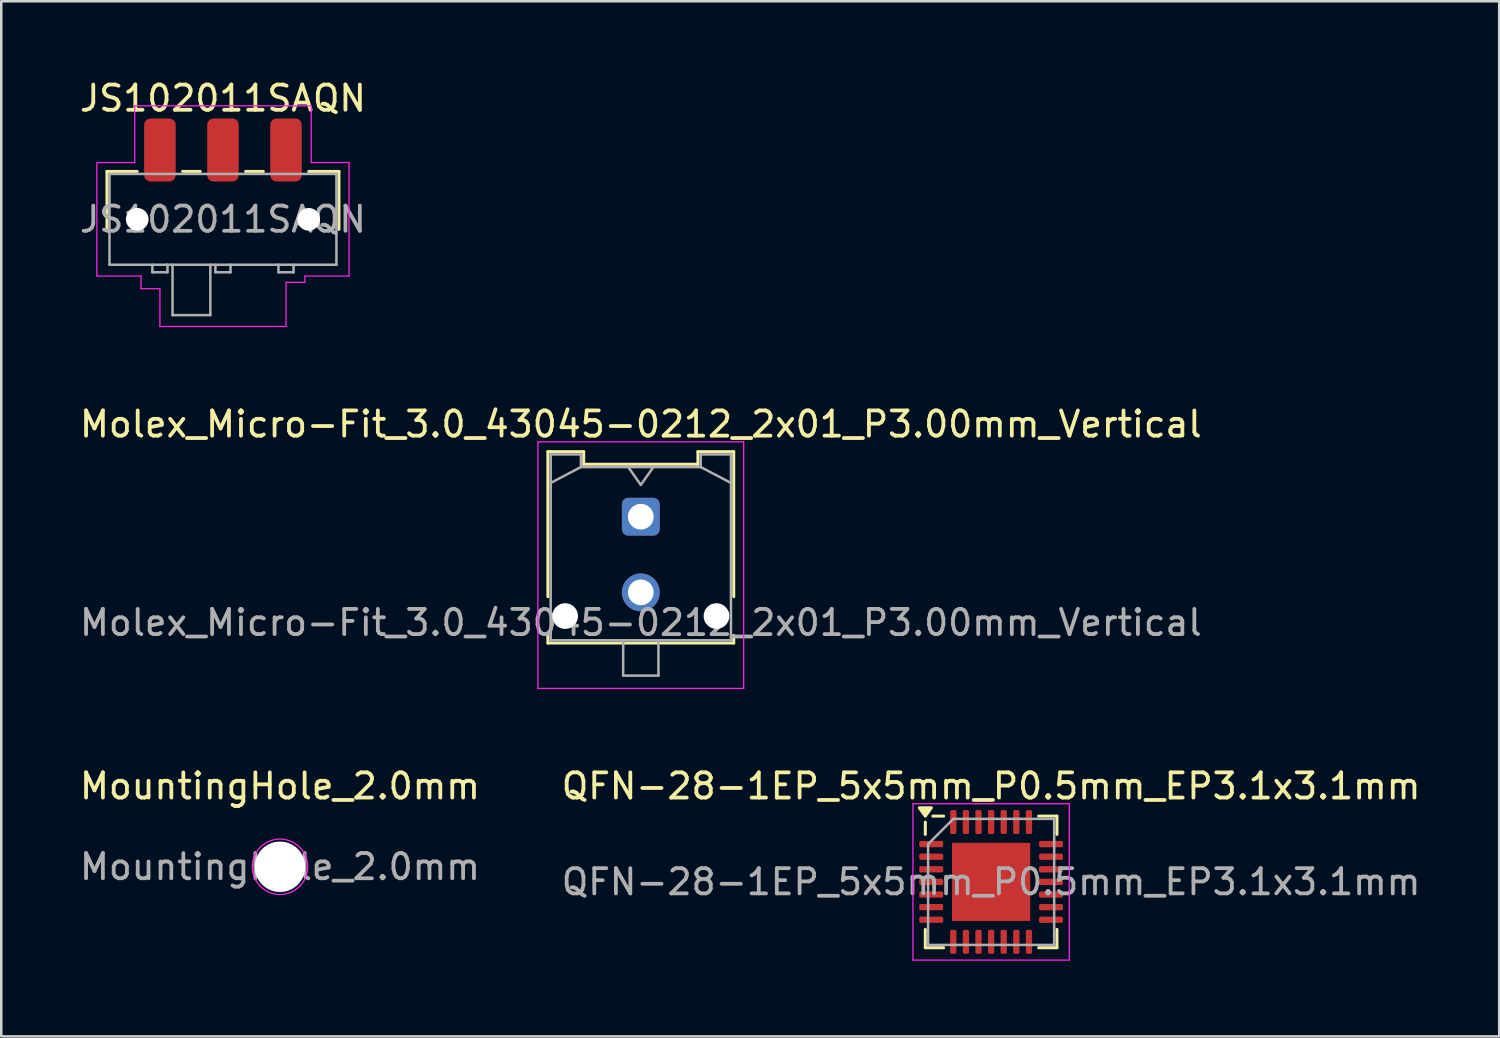
<source format=kicad_pcb>
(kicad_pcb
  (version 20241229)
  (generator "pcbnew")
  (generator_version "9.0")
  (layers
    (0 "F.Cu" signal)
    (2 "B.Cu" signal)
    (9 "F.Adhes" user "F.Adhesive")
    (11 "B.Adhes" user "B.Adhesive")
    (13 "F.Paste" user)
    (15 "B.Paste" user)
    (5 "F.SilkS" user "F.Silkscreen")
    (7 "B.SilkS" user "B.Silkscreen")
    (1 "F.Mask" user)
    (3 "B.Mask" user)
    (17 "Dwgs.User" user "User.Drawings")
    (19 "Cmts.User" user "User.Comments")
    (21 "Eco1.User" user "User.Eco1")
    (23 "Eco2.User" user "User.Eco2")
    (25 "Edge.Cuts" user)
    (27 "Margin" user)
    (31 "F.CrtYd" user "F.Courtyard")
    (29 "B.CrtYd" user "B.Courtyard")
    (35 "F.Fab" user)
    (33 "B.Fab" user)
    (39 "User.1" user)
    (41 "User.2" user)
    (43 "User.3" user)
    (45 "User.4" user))
  (footprint "QFN-28-1EP_5x5mm_P0.5mm_EP3.1x3.1mm"
    (layer "F.Cu")
    (at 36.256 31.925)
    (property "Reference" "QFN-28-1EP_5x5mm_P0.5mm_EP3.1x3.1mm" (at 0 -3.8 0) (layer "F.SilkS") (effects (font (size 1 1) (thickness 0.15))))
    (attr smd)
    (fp_line (start -2.61 -1.885) (end -2.61 -2.37) (stroke (width 0.12) (type solid)) (layer "F.SilkS"))
    (fp_line (start -2.61 2.61) (end -2.61 1.885) (stroke (width 0.12) (type solid)) (layer "F.SilkS"))
    (fp_line (start -1.885 -2.61) (end -2.31 -2.61) (stroke (width 0.12) (type solid)) (layer "F.SilkS"))
    (fp_line (start -1.885 2.61) (end -2.61 2.61) (stroke (width 0.12) (type solid)) (layer "F.SilkS"))
    (fp_line (start 1.885 -2.61) (end 2.61 -2.61) (stroke (width 0.12) (type solid)) (layer "F.SilkS"))
    (fp_line (start 1.885 2.61) (end 2.61 2.61) (stroke (width 0.12) (type solid)) (layer "F.SilkS"))
    (fp_line (start 2.61 -2.61) (end 2.61 -1.885) (stroke (width 0.12) (type solid)) (layer "F.SilkS"))
    (fp_line (start 2.61 2.61) (end 2.61 1.885) (stroke (width 0.12) (type solid)) (layer "F.SilkS"))
    (fp_poly (pts (xy -2.61 -2.61) (xy -2.85 -2.94) (xy -2.37 -2.94) (xy -2.61 -2.61)) (stroke (width 0.12) (type solid)) (fill yes) (layer "F.SilkS"))
    (fp_line (start -3.1 -3.1) (end -3.1 3.1) (stroke (width 0.05) (type solid)) (layer "F.CrtYd"))
    (fp_line (start -3.1 3.1) (end 3.1 3.1) (stroke (width 0.05) (type solid)) (layer "F.CrtYd"))
    (fp_line (start 3.1 -3.1) (end -3.1 -3.1) (stroke (width 0.05) (type solid)) (layer "F.CrtYd"))
    (fp_line (start 3.1 3.1) (end 3.1 -3.1) (stroke (width 0.05) (type solid)) (layer "F.CrtYd"))
    (fp_line (start -2.5 -1.5) (end -1.5 -2.5) (stroke (width 0.1) (type solid)) (layer "F.Fab"))
    (fp_line (start -2.5 2.5) (end -2.5 -1.5) (stroke (width 0.1) (type solid)) (layer "F.Fab"))
    (fp_line (start -1.5 -2.5) (end 2.5 -2.5) (stroke (width 0.1) (type solid)) (layer "F.Fab"))
    (fp_line (start 2.5 -2.5) (end 2.5 2.5) (stroke (width 0.1) (type solid)) (layer "F.Fab"))
    (fp_line (start 2.5 2.5) (end -2.5 2.5) (stroke (width 0.1) (type solid)) (layer "F.Fab"))
    (fp_text user "${REFERENCE}" (at 0 0 0) (layer "F.Fab") (effects (font (size 1 1) (thickness 0.15))))
    (pad "" smd roundrect (at -1.03 -1.03) (size 0.83 0.83) (layers "F.Paste") (roundrect_rratio 0.25))
    (pad "" smd roundrect (at -1.03 0) (size 0.83 0.83) (layers "F.Paste") (roundrect_rratio 0.25))
    (pad "" smd roundrect (at -1.03 1.03) (size 0.83 0.83) (layers "F.Paste") (roundrect_rratio 0.25))
    (pad "" smd roundrect (at 0 -1.03) (size 0.83 0.83) (layers "F.Paste") (roundrect_rratio 0.25))
    (pad "" smd roundrect (at 0 0) (size 0.83 0.83) (layers "F.Paste") (roundrect_rratio 0.25))
    (pad "" smd roundrect (at 0 1.03) (size 0.83 0.83) (layers "F.Paste") (roundrect_rratio 0.25))
    (pad "" smd roundrect (at 1.03 -1.03) (size 0.83 0.83) (layers "F.Paste") (roundrect_rratio 0.25))
    (pad "" smd roundrect (at 1.03 0) (size 0.83 0.83) (layers "F.Paste") (roundrect_rratio 0.25))
    (pad "" smd roundrect (at 1.03 1.03) (size 0.83 0.83) (layers "F.Paste") (roundrect_rratio 0.25))
    (pad "1" smd roundrect (at -2.375 -1.5) (size 0.95 0.25) (layers "F.Cu" "F.Mask" "F.Paste") (roundrect_rratio 0.25))
    (pad "2" smd roundrect (at -2.375 -1) (size 0.95 0.25) (layers "F.Cu" "F.Mask" "F.Paste") (roundrect_rratio 0.25))
    (pad "3" smd roundrect (at -2.375 -0.5) (size 0.95 0.25) (layers "F.Cu" "F.Mask" "F.Paste") (roundrect_rratio 0.25))
    (pad "4" smd roundrect (at -2.375 0) (size 0.95 0.25) (layers "F.Cu" "F.Mask" "F.Paste") (roundrect_rratio 0.25))
    (pad "5" smd roundrect (at -2.375 0.5) (size 0.95 0.25) (layers "F.Cu" "F.Mask" "F.Paste") (roundrect_rratio 0.25))
    (pad "6" smd roundrect (at -2.375 1) (size 0.95 0.25) (layers "F.Cu" "F.Mask" "F.Paste") (roundrect_rratio 0.25))
    (pad "7" smd roundrect (at -2.375 1.5) (size 0.95 0.25) (layers "F.Cu" "F.Mask" "F.Paste") (roundrect_rratio 0.25))
    (pad "8" smd roundrect (at -1.5 2.375) (size 0.25 0.95) (layers "F.Cu" "F.Mask" "F.Paste") (roundrect_rratio 0.25))
    (pad "9" smd roundrect (at -1 2.375) (size 0.25 0.95) (layers "F.Cu" "F.Mask" "F.Paste") (roundrect_rratio 0.25))
    (pad "10" smd roundrect (at -0.5 2.375) (size 0.25 0.95) (layers "F.Cu" "F.Mask" "F.Paste") (roundrect_rratio 0.25))
    (pad "11" smd roundrect (at 0 2.375) (size 0.25 0.95) (layers "F.Cu" "F.Mask" "F.Paste") (roundrect_rratio 0.25))
    (pad "12" smd roundrect (at 0.5 2.375) (size 0.25 0.95) (layers "F.Cu" "F.Mask" "F.Paste") (roundrect_rratio 0.25))
    (pad "13" smd roundrect (at 1 2.375) (size 0.25 0.95) (layers "F.Cu" "F.Mask" "F.Paste") (roundrect_rratio 0.25))
    (pad "14" smd roundrect (at 1.5 2.375) (size 0.25 0.95) (layers "F.Cu" "F.Mask" "F.Paste") (roundrect_rratio 0.25))
    (pad "15" smd roundrect (at 2.375 1.5) (size 0.95 0.25) (layers "F.Cu" "F.Mask" "F.Paste") (roundrect_rratio 0.25))
    (pad "16" smd roundrect (at 2.375 1) (size 0.95 0.25) (layers "F.Cu" "F.Mask" "F.Paste") (roundrect_rratio 0.25))
    (pad "17" smd roundrect (at 2.375 0.5) (size 0.95 0.25) (layers "F.Cu" "F.Mask" "F.Paste") (roundrect_rratio 0.25))
    (pad "18" smd roundrect (at 2.375 0) (size 0.95 0.25) (layers "F.Cu" "F.Mask" "F.Paste") (roundrect_rratio 0.25))
    (pad "19" smd roundrect (at 2.375 -0.5) (size 0.95 0.25) (layers "F.Cu" "F.Mask" "F.Paste") (roundrect_rratio 0.25))
    (pad "20" smd roundrect (at 2.375 -1) (size 0.95 0.25) (layers "F.Cu" "F.Mask" "F.Paste") (roundrect_rratio 0.25))
    (pad "21" smd roundrect (at 2.375 -1.5) (size 0.95 0.25) (layers "F.Cu" "F.Mask" "F.Paste") (roundrect_rratio 0.25))
    (pad "22" smd roundrect (at 1.5 -2.375) (size 0.25 0.95) (layers "F.Cu" "F.Mask" "F.Paste") (roundrect_rratio 0.25))
    (pad "23" smd roundrect (at 1 -2.375) (size 0.25 0.95) (layers "F.Cu" "F.Mask" "F.Paste") (roundrect_rratio 0.25))
    (pad "24" smd roundrect (at 0.5 -2.375) (size 0.25 0.95) (layers "F.Cu" "F.Mask" "F.Paste") (roundrect_rratio 0.25))
    (pad "25" smd roundrect (at 0 -2.375) (size 0.25 0.95) (layers "F.Cu" "F.Mask" "F.Paste") (roundrect_rratio 0.25))
    (pad "26" smd roundrect (at -0.5 -2.375) (size 0.25 0.95) (layers "F.Cu" "F.Mask" "F.Paste") (roundrect_rratio 0.25))
    (pad "27" smd roundrect (at -1 -2.375) (size 0.25 0.95) (layers "F.Cu" "F.Mask" "F.Paste") (roundrect_rratio 0.25))
    (pad "28" smd roundrect (at -1.5 -2.375) (size 0.25 0.95) (layers "F.Cu" "F.Mask" "F.Paste") (roundrect_rratio 0.25))
    (pad "29" smd rect (at 0 0) (size 3.1 3.1) (property pad_prop_heatsink) (layers "F.Cu" "F.Mask")))
  (footprint "MountingHole_2.0mm"
    (layer "F.Cu")
    (at 8.054 31.325)
    (property "Reference" "MountingHole_2.0mm" (at 0 -3.2 0) (layer "F.SilkS") (effects (font (size 1 1) (thickness 0.15))))
    (attr exclude_from_pos_files exclude_from_bom)
    (fp_circle (center 0 0) (end 1.1 0) (stroke (width 0.05) (type solid)) (fill no) (layer "F.CrtYd"))
    (fp_text user "${REFERENCE}" (at 0 0 0) (layer "F.Fab") (effects (font (size 1 1) (thickness 0.15))))
    (pad "" np_thru_hole circle (at 0 0) (size 2 2) (drill 2) (layers "*.Cu" "*.Mask")))
  (footprint "JS102011SAQN"
    (layer "F.Cu")
    (at 5.792 5.648)
    (property "Reference" "JS102011SAQN" (at 0 -4.8 0) (layer "F.SilkS") (effects (font (size 1 1) (thickness 0.15))))
    (attr smd)
    (fp_line (start -4.6 -1.9) (end -3.4 -1.9) (stroke (width 0.12) (type solid)) (layer "F.SilkS"))
    (fp_line (start -4.6 0.4) (end -4.6 -1.9) (stroke (width 0.12) (type solid)) (layer "F.SilkS"))
    (fp_line (start -0.9 -1.9) (end -1.6 -1.9) (stroke (width 0.12) (type solid)) (layer "F.SilkS"))
    (fp_line (start 1.6 -1.9) (end 0.9 -1.9) (stroke (width 0.12) (type solid)) (layer "F.SilkS"))
    (fp_line (start 3.4 -1.9) (end 4.6 -1.9) (stroke (width 0.12) (type solid)) (layer "F.SilkS"))
    (fp_line (start 4.6 -1.9) (end 4.6 0.4) (stroke (width 0.12) (type solid)) (layer "F.SilkS"))
    (fp_line (start -5 -2.25) (end -5 2.25) (stroke (width 0.05) (type solid)) (layer "F.CrtYd"))
    (fp_line (start -5 2.25) (end -3.25 2.25) (stroke (width 0.05) (type solid)) (layer "F.CrtYd"))
    (fp_line (start -3.5 -4.5) (end -3.5 -2.25) (stroke (width 0.05) (type solid)) (layer "F.CrtYd"))
    (fp_line (start -3.5 -2.25) (end -5 -2.25) (stroke (width 0.05) (type solid)) (layer "F.CrtYd"))
    (fp_line (start -3.25 2.25) (end -3.25 2.75) (stroke (width 0.05) (type solid)) (layer "F.CrtYd"))
    (fp_line (start -3.25 2.75) (end -2.5 2.75) (stroke (width 0.05) (type solid)) (layer "F.CrtYd"))
    (fp_line (start -2.5 2.75) (end -2.5 4.25) (stroke (width 0.05) (type solid)) (layer "F.CrtYd"))
    (fp_line (start -2.5 4.25) (end 2.5 4.25) (stroke (width 0.05) (type solid)) (layer "F.CrtYd"))
    (fp_line (start 2.5 2.5) (end 3.25 2.5) (stroke (width 0.05) (type solid)) (layer "F.CrtYd"))
    (fp_line (start 2.5 4.25) (end 2.5 2.5) (stroke (width 0.05) (type solid)) (layer "F.CrtYd"))
    (fp_line (start 3.25 2.25) (end 5 2.25) (stroke (width 0.05) (type solid)) (layer "F.CrtYd"))
    (fp_line (start 3.25 2.5) (end 3.25 2.25) (stroke (width 0.05) (type solid)) (layer "F.CrtYd"))
    (fp_line (start 3.5 -4.5) (end -3.5 -4.5) (stroke (width 0.05) (type solid)) (layer "F.CrtYd"))
    (fp_line (start 3.5 -2.25) (end 3.5 -4.5) (stroke (width 0.05) (type solid)) (layer "F.CrtYd"))
    (fp_line (start 5 -2.25) (end 3.5 -2.25) (stroke (width 0.05) (type solid)) (layer "F.CrtYd"))
    (fp_line (start 5 2.25) (end 5 -2.25) (stroke (width 0.05) (type solid)) (layer "F.CrtYd"))
    (fp_line (start -4.5 -1.8) (end -4.5 1.8) (stroke (width 0.1) (type solid)) (layer "F.Fab"))
    (fp_line (start -4.5 -1.8) (end 4.5 -1.8) (stroke (width 0.1) (type solid)) (layer "F.Fab"))
    (fp_line (start -2.8 2.1) (end -2.8 1.8) (stroke (width 0.1) (type solid)) (layer "F.Fab"))
    (fp_line (start -2.2 1.8) (end -2.2 2.1) (stroke (width 0.1) (type solid)) (layer "F.Fab"))
    (fp_line (start -2.2 2.1) (end -2.8 2.1) (stroke (width 0.1) (type solid)) (layer "F.Fab"))
    (fp_line (start -2 3.8) (end -2 1.8) (stroke (width 0.1) (type solid)) (layer "F.Fab"))
    (fp_line (start -0.5 1.8) (end -0.5 3.8) (stroke (width 0.1) (type solid)) (layer "F.Fab"))
    (fp_line (start -0.5 3.8) (end -2 3.8) (stroke (width 0.1) (type solid)) (layer "F.Fab"))
    (fp_line (start -0.3 2.1) (end -0.3 1.8) (stroke (width 0.1) (type solid)) (layer "F.Fab"))
    (fp_line (start 0.3 1.8) (end 0.3 2.1) (stroke (width 0.1) (type solid)) (layer "F.Fab"))
    (fp_line (start 0.3 2.1) (end -0.3 2.1) (stroke (width 0.1) (type solid)) (layer "F.Fab"))
    (fp_line (start 2.2 1.8) (end 2.2 2.1) (stroke (width 0.1) (type solid)) (layer "F.Fab"))
    (fp_line (start 2.2 2.1) (end 2.8 2.1) (stroke (width 0.1) (type solid)) (layer "F.Fab"))
    (fp_line (start 2.8 2.1) (end 2.8 1.8) (stroke (width 0.1) (type solid)) (layer "F.Fab"))
    (fp_line (start 4.5 -1.8) (end 4.5 1.8) (stroke (width 0.1) (type solid)) (layer "F.Fab"))
    (fp_line (start 4.5 1.8) (end -4.5 1.8) (stroke (width 0.1) (type solid)) (layer "F.Fab"))
    (fp_text user "${REFERENCE}" (at 0 0 0) (layer "F.Fab") (effects (font (size 1 1) (thickness 0.15))))
    (pad "" np_thru_hole circle (at -3.4 0) (size 0.9 0.9) (drill 0.9) (layers "*.Cu" "*.Mask"))
    (pad "" np_thru_hole circle (at 3.4 0) (size 0.9 0.9) (drill 0.9) (layers "*.Cu" "*.Mask"))
    (pad "1" smd roundrect (at -2.5 -2.75) (size 1.25 2.5) (layers "F.Cu" "F.Mask" "F.Paste") (roundrect_rratio 0.2))
    (pad "2" smd roundrect (at 0 -2.75) (size 1.25 2.5) (layers "F.Cu" "F.Mask" "F.Paste") (roundrect_rratio 0.2))
    (pad "3" smd roundrect (at 2.5 -2.75) (size 1.25 2.5) (layers "F.Cu" "F.Mask" "F.Paste") (roundrect_rratio 0.2)))
  (footprint "Molex_Micro-Fit_3.0_43045-0212_2x01_P3.00mm_Vertical"
    (layer "F.Cu")
    (at 22.363 17.442)
    (property "Reference" "Molex_Micro-Fit_3.0_43045-0212_2x01_P3.00mm_Vertical" (at 0 -3.67 0) (layer "F.SilkS") (effects (font (size 1 1) (thickness 0.15))))
    (attr through_hole)
    (fp_line (start -3.685 -2.58) (end -2.265 -2.58) (stroke (width 0.12) (type solid)) (layer "F.SilkS"))
    (fp_line (start -3.685 3.17) (end -3.685 -2.58) (stroke (width 0.12) (type solid)) (layer "F.SilkS"))
    (fp_line (start -3.685 4.71) (end -3.685 5.01) (stroke (width 0.12) (type solid)) (layer "F.SilkS"))
    (fp_line (start -3.685 5.01) (end 3.685 5.01) (stroke (width 0.12) (type solid)) (layer "F.SilkS"))
    (fp_line (start -2.265 -2.58) (end -2.265 -2.08) (stroke (width 0.12) (type solid)) (layer "F.SilkS"))
    (fp_line (start -2.265 -2.08) (end 2.265 -2.08) (stroke (width 0.12) (type solid)) (layer "F.SilkS"))
    (fp_line (start 2.265 -2.58) (end 3.685 -2.58) (stroke (width 0.12) (type solid)) (layer "F.SilkS"))
    (fp_line (start 2.265 -2.08) (end 2.265 -2.58) (stroke (width 0.12) (type solid)) (layer "F.SilkS"))
    (fp_line (start 3.685 -2.58) (end 3.685 3.17) (stroke (width 0.12) (type solid)) (layer "F.SilkS"))
    (fp_line (start 3.685 5.01) (end 3.685 4.71) (stroke (width 0.12) (type solid)) (layer "F.SilkS"))
    (fp_line (start -4.08 -2.97) (end 4.08 -2.97) (stroke (width 0.05) (type solid)) (layer "F.CrtYd"))
    (fp_line (start -4.08 6.81) (end -4.08 -2.97) (stroke (width 0.05) (type solid)) (layer "F.CrtYd"))
    (fp_line (start 4.08 -2.97) (end 4.08 6.81) (stroke (width 0.05) (type solid)) (layer "F.CrtYd"))
    (fp_line (start 4.08 6.81) (end -4.08 6.81) (stroke (width 0.05) (type solid)) (layer "F.CrtYd"))
    (fp_line (start -3.575 -2.47) (end -3.575 4.9) (stroke (width 0.1) (type solid)) (layer "F.Fab"))
    (fp_line (start -3.575 -1.34) (end -2.375 -1.97) (stroke (width 0.1) (type solid)) (layer "F.Fab"))
    (fp_line (start -3.575 4.9) (end 3.575 4.9) (stroke (width 0.1) (type solid)) (layer "F.Fab"))
    (fp_line (start -2.375 -2.47) (end -3.575 -2.47) (stroke (width 0.1) (type solid)) (layer "F.Fab"))
    (fp_line (start -2.375 -1.97) (end -2.375 -2.47) (stroke (width 0.1) (type solid)) (layer "F.Fab"))
    (fp_line (start -0.7 4.9) (end -0.7 6.3) (stroke (width 0.1) (type solid)) (layer "F.Fab"))
    (fp_line (start -0.7 6.3) (end 0.7 6.3) (stroke (width 0.1) (type solid)) (layer "F.Fab"))
    (fp_line (start -0.5 -1.97) (end 0 -1.263) (stroke (width 0.1) (type solid)) (layer "F.Fab"))
    (fp_line (start 0 -1.263) (end 0.5 -1.97) (stroke (width 0.1) (type solid)) (layer "F.Fab"))
    (fp_line (start 0.7 6.3) (end 0.7 4.9) (stroke (width 0.1) (type solid)) (layer "F.Fab"))
    (fp_line (start 2.375 -2.47) (end 2.375 -1.97) (stroke (width 0.1) (type solid)) (layer "F.Fab"))
    (fp_line (start 2.375 -1.97) (end -2.375 -1.97) (stroke (width 0.1) (type solid)) (layer "F.Fab"))
    (fp_line (start 3.575 -2.47) (end 2.375 -2.47) (stroke (width 0.1) (type solid)) (layer "F.Fab"))
    (fp_line (start 3.575 -1.34) (end 2.375 -1.97) (stroke (width 0.1) (type solid)) (layer "F.Fab"))
    (fp_line (start 3.575 4.9) (end 3.575 -2.47) (stroke (width 0.1) (type solid)) (layer "F.Fab"))
    (fp_text user "${REFERENCE}" (at 0 4.2 0) (layer "F.Fab") (effects (font (size 1 1) (thickness 0.15))))
    (pad "" np_thru_hole circle (at -3 3.94) (size 1.02 1.02) (drill 1.02) (layers "*.Cu" "*.Mask"))
    (pad "" np_thru_hole circle (at 3 3.94) (size 1.02 1.02) (drill 1.02) (layers "*.Cu" "*.Mask"))
    (pad "1" thru_hole roundrect (at 0 0) (size 1.5 1.5) (drill 1.02) (layers "*.Cu" "*.Mask") (roundrect_rratio 0.167))
    (pad "2" thru_hole circle (at 0 3) (size 1.5 1.5) (drill 1.02) (layers "*.Cu" "*.Mask")))
  (gr_rect
    (start -3 -3)
    (end 56.405 38.05)
    (stroke (width 0.1) (type default))
    (fill no)
    (layer "Edge.Cuts")))
</source>
